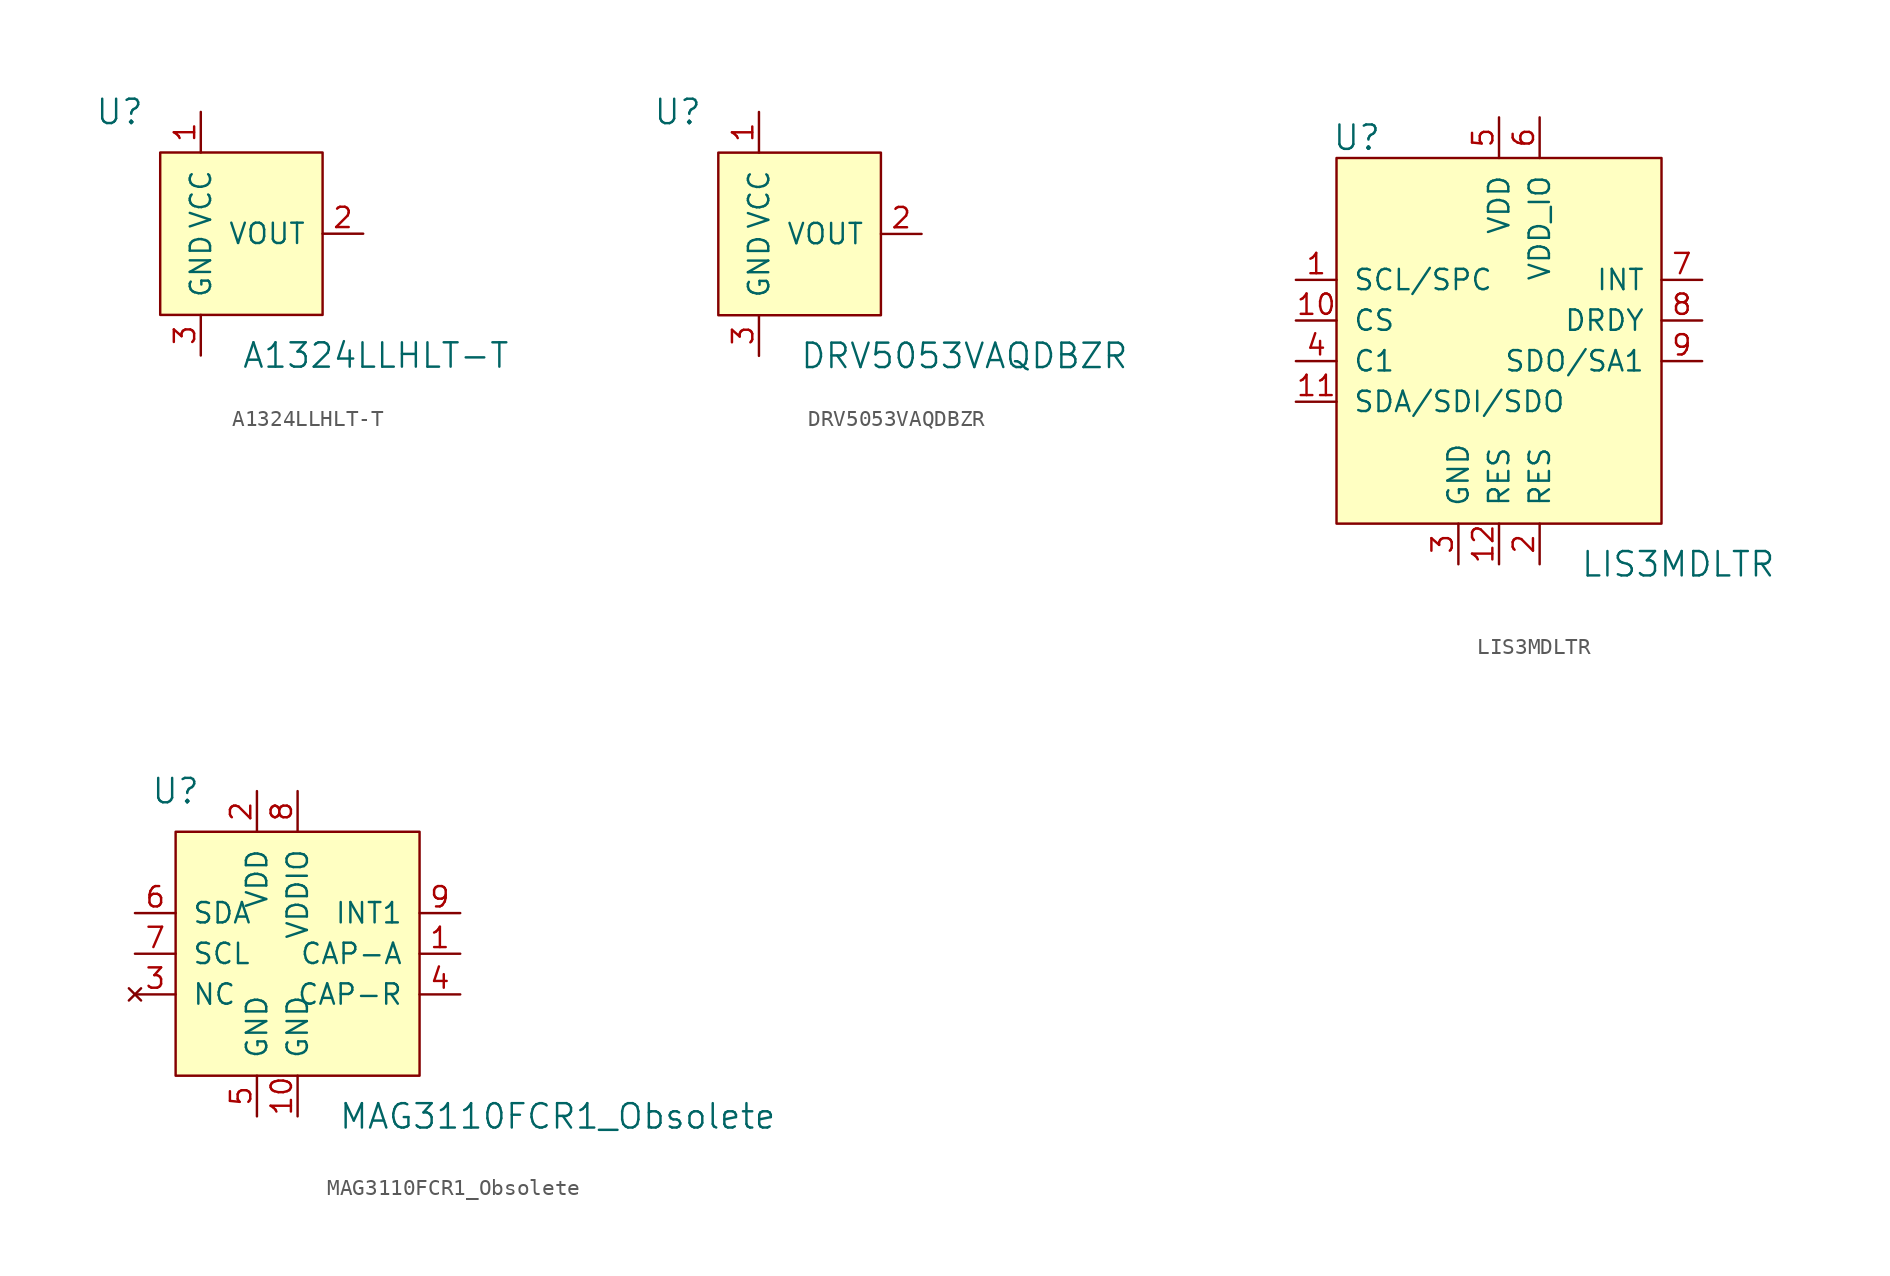
<source format=kicad_sym>
(kicad_symbol_lib
  (version 20211014)
  (generator kicad_symbol_editor)
  (symbol "A1324LLHLT-T"
    (pin_names
      (offset 1.016))
    (property "Reference" "U"
      (at -5.08 7.62 0)
      (effects (font (size 1.524 1.524))))
    (property "Value" "A1324LLHLT-T"
      (at 2.54 -7.62 0)
      (effects (font (size 1.524 1.524)) (justify left)))
    (symbol "A1324LLHLT-T_0_1"
      (rectangle (start 7.62 5.08) (end -2.54 -5.08) (stroke (width 0) (type default) (color 0 0 0 0)) (fill (type background))))
    (symbol "A1324LLHLT-T_1_1"
      (pin power_in line (at 0 7.62 270) (length 2.54) (name "VCC" (effects (font (size 1.27 1.27)))) (number "1" (effects (font (size 1.27 1.27)))))
      (pin output line (at 10.16 0 180) (length 2.54) (name "VOUT" (effects (font (size 1.27 1.27)))) (number "2" (effects (font (size 1.27 1.27)))))
      (pin power_in line (at 0 -7.62 90) (length 2.54) (name "GND" (effects (font (size 1.27 1.27)))) (number "3" (effects (font (size 1.27 1.27)))))))
  (symbol "DRV5053VAQDBZR"
    (pin_names
      (offset 1.016))
    (property "Reference" "U"
      (at -2.54 7.62 0)
      (effects (font (size 1.524 1.524))))
    (property "Value" "DRV5053VAQDBZR"
      (at 5.08 -7.62 0)
      (effects (font (size 1.524 1.524)) (justify left)))
    (symbol "DRV5053VAQDBZR_0_1"
      (rectangle (start 10.16 5.08) (end 0 -5.08) (stroke (width 0) (type default) (color 0 0 0 0)) (fill (type background))))
    (symbol "DRV5053VAQDBZR_1_1"
      (pin power_in line (at 2.54 7.62 270) (length 2.54) (name "VCC" (effects (font (size 1.27 1.27)))) (number "1" (effects (font (size 1.27 1.27)))))
      (pin output line (at 12.7 0 180) (length 2.54) (name "VOUT" (effects (font (size 1.27 1.27)))) (number "2" (effects (font (size 1.27 1.27)))))
      (pin power_in line (at 2.54 -7.62 90) (length 2.54) (name "GND" (effects (font (size 1.27 1.27)))) (number "3" (effects (font (size 1.27 1.27)))))))
  (symbol "LIS3MDLTR"
    (pin_names
      (offset 1.016))
    (property "Reference" "U"
      (at -8.89 11.43 0)
      (effects (font (size 1.524 1.524))))
    (property "Value" "LIS3MDLTR"
      (at 5.08 -15.24 0)
      (effects (font (size 1.524 1.524)) (justify left)))
    (symbol "LIS3MDLTR_0_1"
      (rectangle (start -10.16 10.16) (end 10.16 -12.7) (stroke (width 0) (type default) (color 0 0 0 0)) (fill (type background))))
    (symbol "LIS3MDLTR_1_1"
      (pin input line (at -12.7 2.54 0) (length 2.54) (name "SCL/SPC" (effects (font (size 1.27 1.27)))) (number "1" (effects (font (size 1.27 1.27)))))
      (pin input line (at -12.7 0 0) (length 2.54) (name "CS" (effects (font (size 1.27 1.27)))) (number "10" (effects (font (size 1.27 1.27)))))
      (pin bidirectional line (at -12.7 -5.08 0) (length 2.54) (name "SDA/SDI/SDO" (effects (font (size 1.27 1.27)))) (number "11" (effects (font (size 1.27 1.27)))))
      (pin power_in line (at 0 -15.24 90) (length 2.54) (name "RES" (effects (font (size 1.27 1.27)))) (number "12" (effects (font (size 1.27 1.27)))))
      (pin power_in line (at 2.54 -15.24 90) (length 2.54) (name "RES" (effects (font (size 1.27 1.27)))) (number "2" (effects (font (size 1.27 1.27)))))
      (pin power_in line (at -2.54 -15.24 90) (length 2.54) (name "GND" (effects (font (size 1.27 1.27)))) (number "3" (effects (font (size 1.27 1.27)))))
      (pin passive line (at -12.7 -2.54 0) (length 2.54) (name "C1" (effects (font (size 1.27 1.27)))) (number "4" (effects (font (size 1.27 1.27)))))
      (pin power_in line (at 0 12.7 270) (length 2.54) (name "VDD" (effects (font (size 1.27 1.27)))) (number "5" (effects (font (size 1.27 1.27)))))
      (pin power_in line (at 2.54 12.7 270) (length 2.54) (name "VDD_IO" (effects (font (size 1.27 1.27)))) (number "6" (effects (font (size 1.27 1.27)))))
      (pin output line (at 12.7 2.54 180) (length 2.54) (name "INT" (effects (font (size 1.27 1.27)))) (number "7" (effects (font (size 1.27 1.27)))))
      (pin output line (at 12.7 0 180) (length 2.54) (name "DRDY" (effects (font (size 1.27 1.27)))) (number "8" (effects (font (size 1.27 1.27)))))
      (pin output line (at 12.7 -2.54 180) (length 2.54) (name "SDO/SA1" (effects (font (size 1.27 1.27)))) (number "9" (effects (font (size 1.27 1.27)))))))
  (symbol "MAG3110FCR1_Obsolete"
    (pin_names
      (offset 1.016))
    (property "Reference" "U"
      (at -7.62 10.16 0)
      (effects (font (size 1.524 1.524))))
    (property "Value" "MAG3110FCR1_Obsolete"
      (at 2.54 -10.16 0)
      (effects (font (size 1.524 1.524)) (justify left)))
    (symbol "MAG3110FCR1_Obsolete_0_1"
      (rectangle (start 7.62 7.62) (end -7.62 -7.62) (stroke (width 0) (type default) (color 0 0 0 0)) (fill (type background))))
    (symbol "MAG3110FCR1_Obsolete_1_1"
      (pin passive line (at 10.16 0 180) (length 2.54) (name "CAP-A" (effects (font (size 1.27 1.27)))) (number "1" (effects (font (size 1.27 1.27)))))
      (pin power_in line (at 0 -10.16 90) (length 2.54) (name "GND" (effects (font (size 1.27 1.27)))) (number "10" (effects (font (size 1.27 1.27)))))
      (pin power_in line (at -2.54 10.16 270) (length 2.54) (name "VDD" (effects (font (size 1.27 1.27)))) (number "2" (effects (font (size 1.27 1.27)))))
      (pin no_connect line (at -10.16 -2.54 0) (length 2.54) (name "NC" (effects (font (size 1.27 1.27)))) (number "3" (effects (font (size 1.27 1.27)))))
      (pin passive line (at 10.16 -2.54 180) (length 2.54) (name "CAP-R" (effects (font (size 1.27 1.27)))) (number "4" (effects (font (size 1.27 1.27)))))
      (pin power_in line (at -2.54 -10.16 90) (length 2.54) (name "GND" (effects (font (size 1.27 1.27)))) (number "5" (effects (font (size 1.27 1.27)))))
      (pin bidirectional line (at -10.16 2.54 0) (length 2.54) (name "SDA" (effects (font (size 1.27 1.27)))) (number "6" (effects (font (size 1.27 1.27)))))
      (pin input line (at -10.16 0 0) (length 2.54) (name "SCL" (effects (font (size 1.27 1.27)))) (number "7" (effects (font (size 1.27 1.27)))))
      (pin power_in line (at 0 10.16 270) (length 2.54) (name "VDDIO" (effects (font (size 1.27 1.27)))) (number "8" (effects (font (size 1.27 1.27)))))
      (pin output line (at 10.16 2.54 180) (length 2.54) (name "INT1" (effects (font (size 1.27 1.27)))) (number "9" (effects (font (size 1.27 1.27))))))))
</source>
